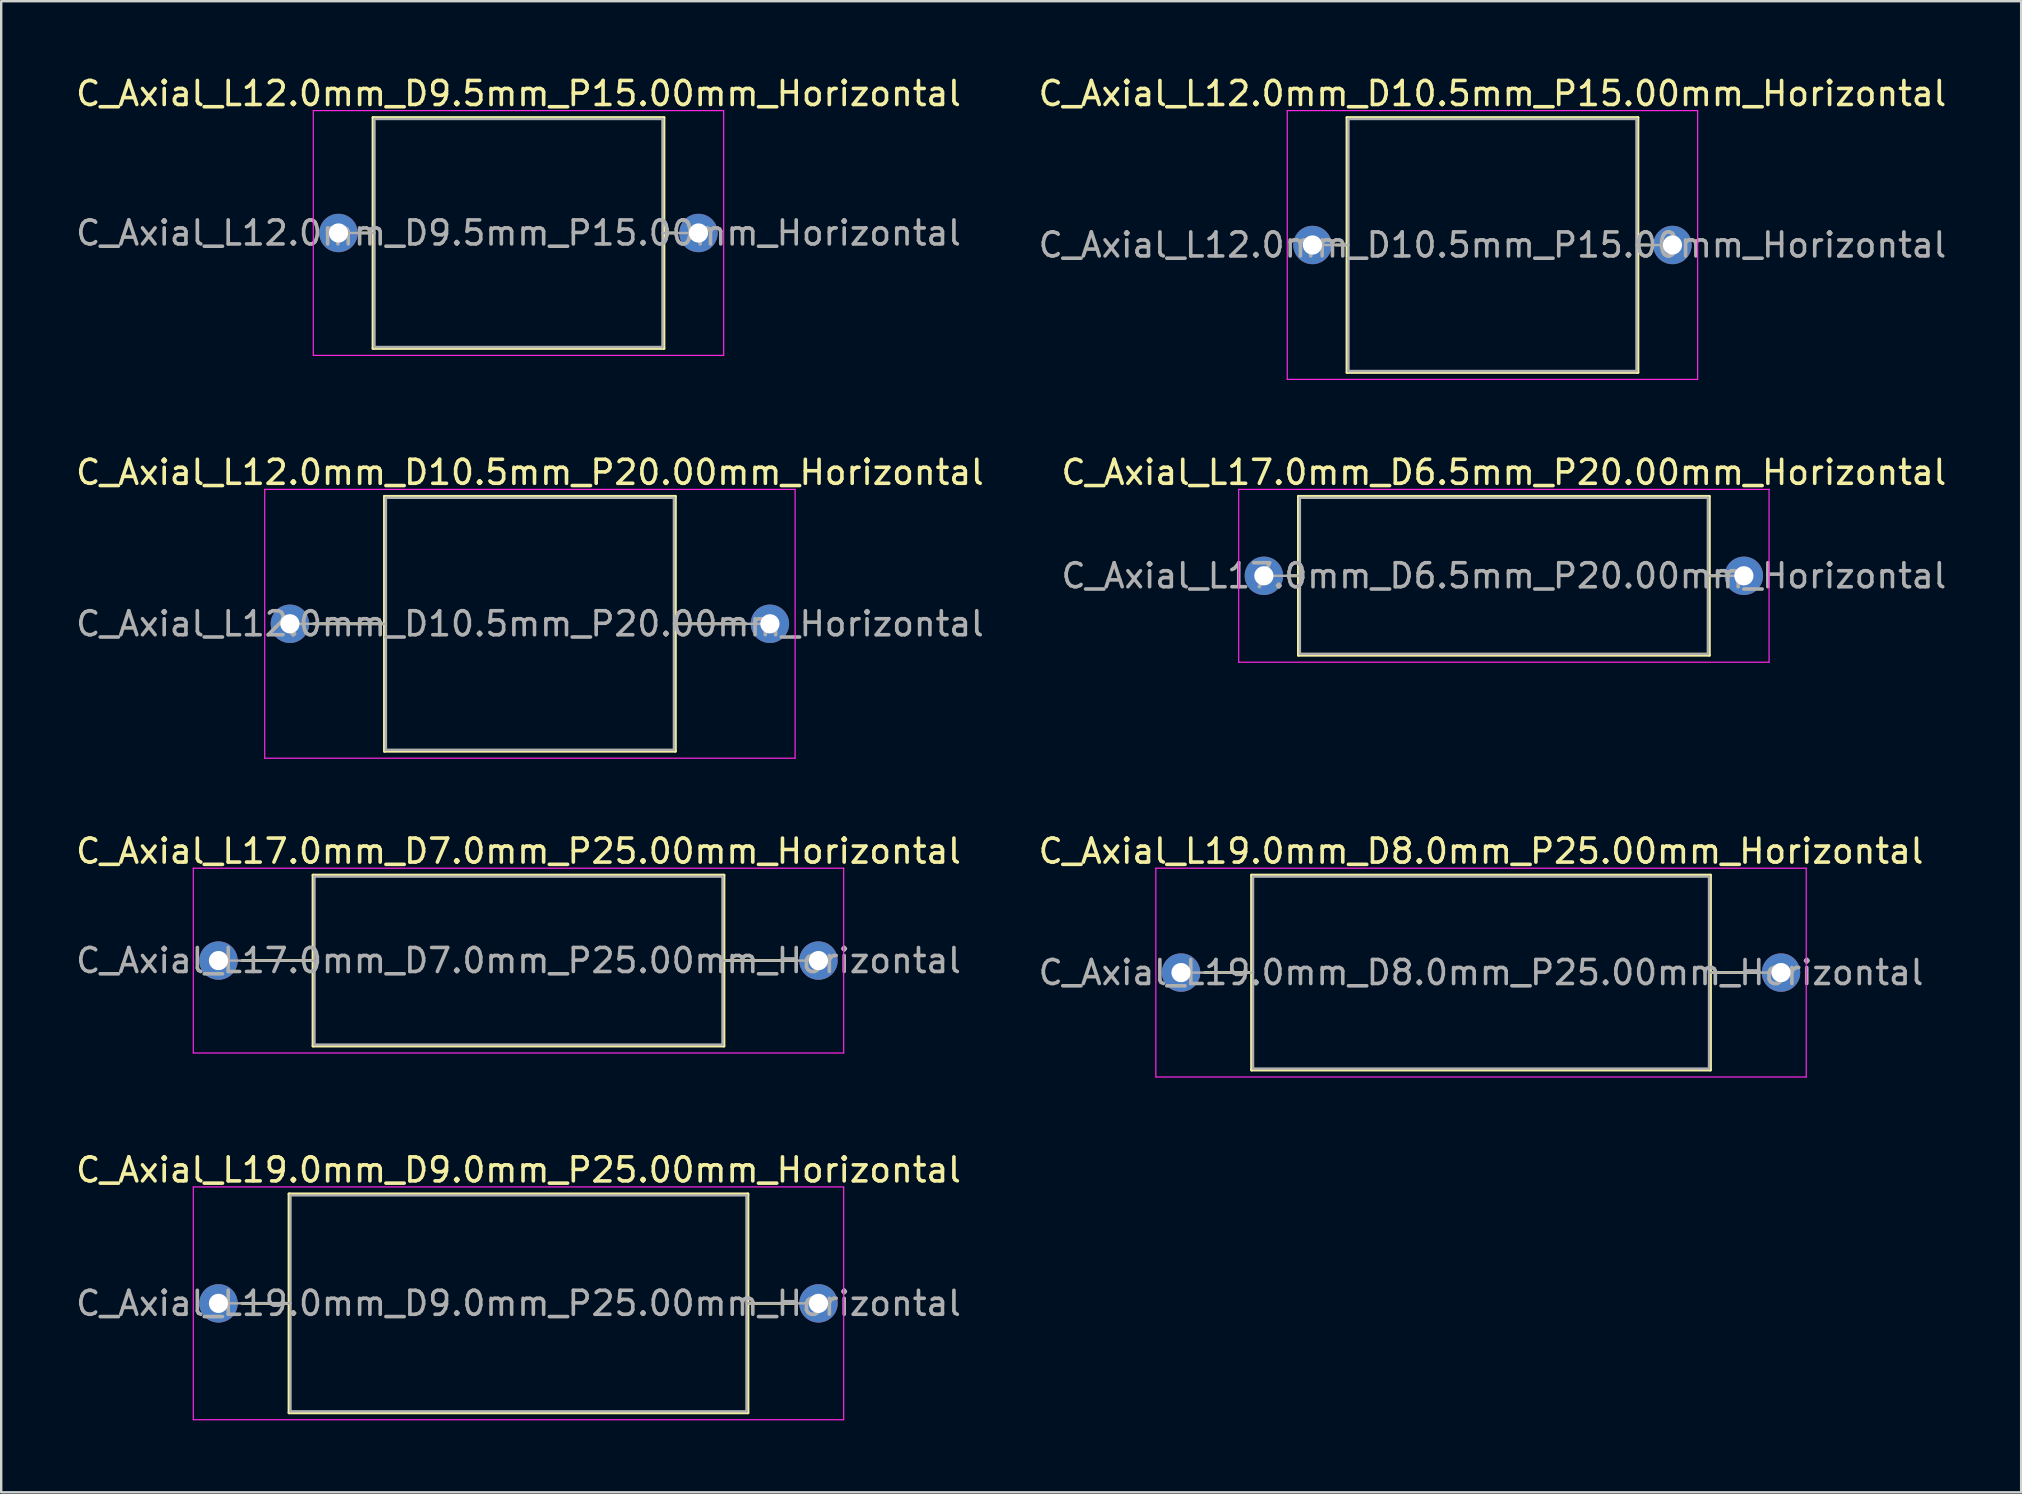
<source format=kicad_pcb>
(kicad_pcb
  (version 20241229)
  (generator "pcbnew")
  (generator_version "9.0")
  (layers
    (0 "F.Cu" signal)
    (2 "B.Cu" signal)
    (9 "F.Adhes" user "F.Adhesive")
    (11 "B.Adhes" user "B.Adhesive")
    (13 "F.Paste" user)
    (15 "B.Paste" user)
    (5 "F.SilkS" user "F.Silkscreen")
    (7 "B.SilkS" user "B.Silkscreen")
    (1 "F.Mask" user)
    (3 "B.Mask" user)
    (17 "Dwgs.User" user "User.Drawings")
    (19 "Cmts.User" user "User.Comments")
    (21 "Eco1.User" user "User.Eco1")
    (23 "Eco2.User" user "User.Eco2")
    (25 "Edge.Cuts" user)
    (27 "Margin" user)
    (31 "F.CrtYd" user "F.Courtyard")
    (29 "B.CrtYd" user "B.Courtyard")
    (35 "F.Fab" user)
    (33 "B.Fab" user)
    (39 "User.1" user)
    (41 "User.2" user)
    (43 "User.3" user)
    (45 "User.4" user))
  (footprint "C_Axial_L12.0mm_D10.5mm_P15.00mm_Horizontal"
    (layer "F.Cu")
    (at 51.637 7.158)
    (property "Reference" "C_Axial_L12.0mm_D10.5mm_P15.00mm_Horizontal" (at 7.5 -6.31 0) (layer "F.SilkS") (effects (font (size 1 1) (thickness 0.15))))
    (attr through_hole)
    (fp_line (start 0.98 0) (end 1.44 0) (stroke (width 0.12) (type solid)) (layer "F.SilkS"))
    (fp_line (start 1.44 -5.31) (end 1.44 5.31) (stroke (width 0.12) (type solid)) (layer "F.SilkS"))
    (fp_line (start 1.44 5.31) (end 13.56 5.31) (stroke (width 0.12) (type solid)) (layer "F.SilkS"))
    (fp_line (start 13.56 -5.31) (end 1.44 -5.31) (stroke (width 0.12) (type solid)) (layer "F.SilkS"))
    (fp_line (start 13.56 5.31) (end 13.56 -5.31) (stroke (width 0.12) (type solid)) (layer "F.SilkS"))
    (fp_line (start 14.02 0) (end 13.56 0) (stroke (width 0.12) (type solid)) (layer "F.SilkS"))
    (fp_line (start -1.05 -5.6) (end -1.05 5.6) (stroke (width 0.05) (type solid)) (layer "F.CrtYd"))
    (fp_line (start -1.05 5.6) (end 16.05 5.6) (stroke (width 0.05) (type solid)) (layer "F.CrtYd"))
    (fp_line (start 16.05 -5.6) (end -1.05 -5.6) (stroke (width 0.05) (type solid)) (layer "F.CrtYd"))
    (fp_line (start 16.05 5.6) (end 16.05 -5.6) (stroke (width 0.05) (type solid)) (layer "F.CrtYd"))
    (fp_line (start 0 0) (end 1.5 0) (stroke (width 0.1) (type solid)) (layer "F.Fab"))
    (fp_line (start 1.5 -5.25) (end 1.5 5.25) (stroke (width 0.1) (type solid)) (layer "F.Fab"))
    (fp_line (start 1.5 5.25) (end 13.5 5.25) (stroke (width 0.1) (type solid)) (layer "F.Fab"))
    (fp_line (start 13.5 -5.25) (end 1.5 -5.25) (stroke (width 0.1) (type solid)) (layer "F.Fab"))
    (fp_line (start 13.5 5.25) (end 13.5 -5.25) (stroke (width 0.1) (type solid)) (layer "F.Fab"))
    (fp_line (start 15 0) (end 13.5 0) (stroke (width 0.1) (type solid)) (layer "F.Fab"))
    (fp_text user "${REFERENCE}" (at 7.5 0 0) (layer "F.Fab") (effects (font (size 1 1) (thickness 0.15))))
    (pad "1" thru_hole circle (at 0 0) (size 1.6 1.6) (drill 0.8) (layers "*.Cu" "*.Mask"))
    (pad "2" thru_hole oval (at 15 0) (size 1.6 1.6) (drill 0.8) (layers "*.Cu" "*.Mask")))
  (footprint "C_Axial_L19.0mm_D9.0mm_P25.00mm_Horizontal"
    (layer "F.Cu")
    (at 6.054 51.258)
    (property "Reference" "C_Axial_L19.0mm_D9.0mm_P25.00mm_Horizontal" (at 12.5 -5.56 0) (layer "F.SilkS") (effects (font (size 1 1) (thickness 0.15))))
    (attr through_hole)
    (fp_line (start 0.98 0) (end 2.94 0) (stroke (width 0.12) (type solid)) (layer "F.SilkS"))
    (fp_line (start 2.94 -4.56) (end 2.94 4.56) (stroke (width 0.12) (type solid)) (layer "F.SilkS"))
    (fp_line (start 2.94 4.56) (end 22.06 4.56) (stroke (width 0.12) (type solid)) (layer "F.SilkS"))
    (fp_line (start 22.06 -4.56) (end 2.94 -4.56) (stroke (width 0.12) (type solid)) (layer "F.SilkS"))
    (fp_line (start 22.06 4.56) (end 22.06 -4.56) (stroke (width 0.12) (type solid)) (layer "F.SilkS"))
    (fp_line (start 24.02 0) (end 22.06 0) (stroke (width 0.12) (type solid)) (layer "F.SilkS"))
    (fp_line (start -1.05 -4.85) (end -1.05 4.85) (stroke (width 0.05) (type solid)) (layer "F.CrtYd"))
    (fp_line (start -1.05 4.85) (end 26.05 4.85) (stroke (width 0.05) (type solid)) (layer "F.CrtYd"))
    (fp_line (start 26.05 -4.85) (end -1.05 -4.85) (stroke (width 0.05) (type solid)) (layer "F.CrtYd"))
    (fp_line (start 26.05 4.85) (end 26.05 -4.85) (stroke (width 0.05) (type solid)) (layer "F.CrtYd"))
    (fp_line (start 0 0) (end 3 0) (stroke (width 0.1) (type solid)) (layer "F.Fab"))
    (fp_line (start 3 -4.5) (end 3 4.5) (stroke (width 0.1) (type solid)) (layer "F.Fab"))
    (fp_line (start 3 4.5) (end 22 4.5) (stroke (width 0.1) (type solid)) (layer "F.Fab"))
    (fp_line (start 22 -4.5) (end 3 -4.5) (stroke (width 0.1) (type solid)) (layer "F.Fab"))
    (fp_line (start 22 4.5) (end 22 -4.5) (stroke (width 0.1) (type solid)) (layer "F.Fab"))
    (fp_line (start 25 0) (end 22 0) (stroke (width 0.1) (type solid)) (layer "F.Fab"))
    (fp_text user "${REFERENCE}" (at 12.5 0 0) (layer "F.Fab") (effects (font (size 1 1) (thickness 0.15))))
    (pad "1" thru_hole circle (at 0 0) (size 1.6 1.6) (drill 0.8) (layers "*.Cu" "*.Mask"))
    (pad "2" thru_hole oval (at 25 0) (size 1.6 1.6) (drill 0.8) (layers "*.Cu" "*.Mask")))
  (footprint "C_Axial_L12.0mm_D9.5mm_P15.00mm_Horizontal"
    (layer "F.Cu")
    (at 11.054 6.658)
    (property "Reference" "C_Axial_L12.0mm_D9.5mm_P15.00mm_Horizontal" (at 7.5 -5.81 0) (layer "F.SilkS") (effects (font (size 1 1) (thickness 0.15))))
    (attr through_hole)
    (fp_line (start 0.98 0) (end 1.44 0) (stroke (width 0.12) (type solid)) (layer "F.SilkS"))
    (fp_line (start 1.44 -4.81) (end 1.44 4.81) (stroke (width 0.12) (type solid)) (layer "F.SilkS"))
    (fp_line (start 1.44 4.81) (end 13.56 4.81) (stroke (width 0.12) (type solid)) (layer "F.SilkS"))
    (fp_line (start 13.56 -4.81) (end 1.44 -4.81) (stroke (width 0.12) (type solid)) (layer "F.SilkS"))
    (fp_line (start 13.56 4.81) (end 13.56 -4.81) (stroke (width 0.12) (type solid)) (layer "F.SilkS"))
    (fp_line (start 14.02 0) (end 13.56 0) (stroke (width 0.12) (type solid)) (layer "F.SilkS"))
    (fp_line (start -1.05 -5.1) (end -1.05 5.1) (stroke (width 0.05) (type solid)) (layer "F.CrtYd"))
    (fp_line (start -1.05 5.1) (end 16.05 5.1) (stroke (width 0.05) (type solid)) (layer "F.CrtYd"))
    (fp_line (start 16.05 -5.1) (end -1.05 -5.1) (stroke (width 0.05) (type solid)) (layer "F.CrtYd"))
    (fp_line (start 16.05 5.1) (end 16.05 -5.1) (stroke (width 0.05) (type solid)) (layer "F.CrtYd"))
    (fp_line (start 0 0) (end 1.5 0) (stroke (width 0.1) (type solid)) (layer "F.Fab"))
    (fp_line (start 1.5 -4.75) (end 1.5 4.75) (stroke (width 0.1) (type solid)) (layer "F.Fab"))
    (fp_line (start 1.5 4.75) (end 13.5 4.75) (stroke (width 0.1) (type solid)) (layer "F.Fab"))
    (fp_line (start 13.5 -4.75) (end 1.5 -4.75) (stroke (width 0.1) (type solid)) (layer "F.Fab"))
    (fp_line (start 13.5 4.75) (end 13.5 -4.75) (stroke (width 0.1) (type solid)) (layer "F.Fab"))
    (fp_line (start 15 0) (end 13.5 0) (stroke (width 0.1) (type solid)) (layer "F.Fab"))
    (fp_text user "${REFERENCE}" (at 7.5 0 0) (layer "F.Fab") (effects (font (size 1 1) (thickness 0.15))))
    (pad "1" thru_hole circle (at 0 0) (size 1.6 1.6) (drill 0.8) (layers "*.Cu" "*.Mask"))
    (pad "2" thru_hole oval (at 15 0) (size 1.6 1.6) (drill 0.8) (layers "*.Cu" "*.Mask")))
  (footprint "C_Axial_L12.0mm_D10.5mm_P20.00mm_Horizontal"
    (layer "F.Cu")
    (at 9.03 22.942)
    (property "Reference" "C_Axial_L12.0mm_D10.5mm_P20.00mm_Horizontal" (at 10 -6.31 0) (layer "F.SilkS") (effects (font (size 1 1) (thickness 0.15))))
    (attr through_hole)
    (fp_line (start 0.98 0) (end 3.94 0) (stroke (width 0.12) (type solid)) (layer "F.SilkS"))
    (fp_line (start 3.94 -5.31) (end 3.94 5.31) (stroke (width 0.12) (type solid)) (layer "F.SilkS"))
    (fp_line (start 3.94 5.31) (end 16.06 5.31) (stroke (width 0.12) (type solid)) (layer "F.SilkS"))
    (fp_line (start 16.06 -5.31) (end 3.94 -5.31) (stroke (width 0.12) (type solid)) (layer "F.SilkS"))
    (fp_line (start 16.06 5.31) (end 16.06 -5.31) (stroke (width 0.12) (type solid)) (layer "F.SilkS"))
    (fp_line (start 19.02 0) (end 16.06 0) (stroke (width 0.12) (type solid)) (layer "F.SilkS"))
    (fp_line (start -1.05 -5.6) (end -1.05 5.6) (stroke (width 0.05) (type solid)) (layer "F.CrtYd"))
    (fp_line (start -1.05 5.6) (end 21.05 5.6) (stroke (width 0.05) (type solid)) (layer "F.CrtYd"))
    (fp_line (start 21.05 -5.6) (end -1.05 -5.6) (stroke (width 0.05) (type solid)) (layer "F.CrtYd"))
    (fp_line (start 21.05 5.6) (end 21.05 -5.6) (stroke (width 0.05) (type solid)) (layer "F.CrtYd"))
    (fp_line (start 0 0) (end 4 0) (stroke (width 0.1) (type solid)) (layer "F.Fab"))
    (fp_line (start 4 -5.25) (end 4 5.25) (stroke (width 0.1) (type solid)) (layer "F.Fab"))
    (fp_line (start 4 5.25) (end 16 5.25) (stroke (width 0.1) (type solid)) (layer "F.Fab"))
    (fp_line (start 16 -5.25) (end 4 -5.25) (stroke (width 0.1) (type solid)) (layer "F.Fab"))
    (fp_line (start 16 5.25) (end 16 -5.25) (stroke (width 0.1) (type solid)) (layer "F.Fab"))
    (fp_line (start 20 0) (end 16 0) (stroke (width 0.1) (type solid)) (layer "F.Fab"))
    (fp_text user "${REFERENCE}" (at 10 0 0) (layer "F.Fab") (effects (font (size 1 1) (thickness 0.15))))
    (pad "1" thru_hole circle (at 0 0) (size 1.6 1.6) (drill 0.8) (layers "*.Cu" "*.Mask"))
    (pad "2" thru_hole oval (at 20 0) (size 1.6 1.6) (drill 0.8) (layers "*.Cu" "*.Mask")))
  (footprint "C_Axial_L17.0mm_D7.0mm_P25.00mm_Horizontal"
    (layer "F.Cu")
    (at 6.054 36.975)
    (property "Reference" "C_Axial_L17.0mm_D7.0mm_P25.00mm_Horizontal" (at 12.5 -4.56 0) (layer "F.SilkS") (effects (font (size 1 1) (thickness 0.15))))
    (attr through_hole)
    (fp_line (start 0.98 0) (end 3.94 0) (stroke (width 0.12) (type solid)) (layer "F.SilkS"))
    (fp_line (start 3.94 -3.56) (end 3.94 3.56) (stroke (width 0.12) (type solid)) (layer "F.SilkS"))
    (fp_line (start 3.94 3.56) (end 21.06 3.56) (stroke (width 0.12) (type solid)) (layer "F.SilkS"))
    (fp_line (start 21.06 -3.56) (end 3.94 -3.56) (stroke (width 0.12) (type solid)) (layer "F.SilkS"))
    (fp_line (start 21.06 3.56) (end 21.06 -3.56) (stroke (width 0.12) (type solid)) (layer "F.SilkS"))
    (fp_line (start 24.02 0) (end 21.06 0) (stroke (width 0.12) (type solid)) (layer "F.SilkS"))
    (fp_line (start -1.05 -3.85) (end -1.05 3.85) (stroke (width 0.05) (type solid)) (layer "F.CrtYd"))
    (fp_line (start -1.05 3.85) (end 26.05 3.85) (stroke (width 0.05) (type solid)) (layer "F.CrtYd"))
    (fp_line (start 26.05 -3.85) (end -1.05 -3.85) (stroke (width 0.05) (type solid)) (layer "F.CrtYd"))
    (fp_line (start 26.05 3.85) (end 26.05 -3.85) (stroke (width 0.05) (type solid)) (layer "F.CrtYd"))
    (fp_line (start 0 0) (end 4 0) (stroke (width 0.1) (type solid)) (layer "F.Fab"))
    (fp_line (start 4 -3.5) (end 4 3.5) (stroke (width 0.1) (type solid)) (layer "F.Fab"))
    (fp_line (start 4 3.5) (end 21 3.5) (stroke (width 0.1) (type solid)) (layer "F.Fab"))
    (fp_line (start 21 -3.5) (end 4 -3.5) (stroke (width 0.1) (type solid)) (layer "F.Fab"))
    (fp_line (start 21 3.5) (end 21 -3.5) (stroke (width 0.1) (type solid)) (layer "F.Fab"))
    (fp_line (start 25 0) (end 21 0) (stroke (width 0.1) (type solid)) (layer "F.Fab"))
    (fp_text user "${REFERENCE}" (at 12.5 0 0) (layer "F.Fab") (effects (font (size 1 1) (thickness 0.15))))
    (pad "1" thru_hole circle (at 0 0) (size 1.6 1.6) (drill 0.8) (layers "*.Cu" "*.Mask"))
    (pad "2" thru_hole oval (at 25 0) (size 1.6 1.6) (drill 0.8) (layers "*.Cu" "*.Mask")))
  (footprint "C_Axial_L19.0mm_D8.0mm_P25.00mm_Horizontal"
    (layer "F.Cu")
    (at 46.161 37.475)
    (property "Reference" "C_Axial_L19.0mm_D8.0mm_P25.00mm_Horizontal" (at 12.5 -5.06 0) (layer "F.SilkS") (effects (font (size 1 1) (thickness 0.15))))
    (attr through_hole)
    (fp_line (start 0.98 0) (end 2.94 0) (stroke (width 0.12) (type solid)) (layer "F.SilkS"))
    (fp_line (start 2.94 -4.06) (end 2.94 4.06) (stroke (width 0.12) (type solid)) (layer "F.SilkS"))
    (fp_line (start 2.94 4.06) (end 22.06 4.06) (stroke (width 0.12) (type solid)) (layer "F.SilkS"))
    (fp_line (start 22.06 -4.06) (end 2.94 -4.06) (stroke (width 0.12) (type solid)) (layer "F.SilkS"))
    (fp_line (start 22.06 4.06) (end 22.06 -4.06) (stroke (width 0.12) (type solid)) (layer "F.SilkS"))
    (fp_line (start 24.02 0) (end 22.06 0) (stroke (width 0.12) (type solid)) (layer "F.SilkS"))
    (fp_line (start -1.05 -4.35) (end -1.05 4.35) (stroke (width 0.05) (type solid)) (layer "F.CrtYd"))
    (fp_line (start -1.05 4.35) (end 26.05 4.35) (stroke (width 0.05) (type solid)) (layer "F.CrtYd"))
    (fp_line (start 26.05 -4.35) (end -1.05 -4.35) (stroke (width 0.05) (type solid)) (layer "F.CrtYd"))
    (fp_line (start 26.05 4.35) (end 26.05 -4.35) (stroke (width 0.05) (type solid)) (layer "F.CrtYd"))
    (fp_line (start 0 0) (end 3 0) (stroke (width 0.1) (type solid)) (layer "F.Fab"))
    (fp_line (start 3 -4) (end 3 4) (stroke (width 0.1) (type solid)) (layer "F.Fab"))
    (fp_line (start 3 4) (end 22 4) (stroke (width 0.1) (type solid)) (layer "F.Fab"))
    (fp_line (start 22 -4) (end 3 -4) (stroke (width 0.1) (type solid)) (layer "F.Fab"))
    (fp_line (start 22 4) (end 22 -4) (stroke (width 0.1) (type solid)) (layer "F.Fab"))
    (fp_line (start 25 0) (end 22 0) (stroke (width 0.1) (type solid)) (layer "F.Fab"))
    (fp_text user "${REFERENCE}" (at 12.5 0 0) (layer "F.Fab") (effects (font (size 1 1) (thickness 0.15))))
    (pad "1" thru_hole circle (at 0 0) (size 1.6 1.6) (drill 0.8) (layers "*.Cu" "*.Mask"))
    (pad "2" thru_hole oval (at 25 0) (size 1.6 1.6) (drill 0.8) (layers "*.Cu" "*.Mask")))
  (footprint "C_Axial_L17.0mm_D6.5mm_P20.00mm_Horizontal"
    (layer "F.Cu")
    (at 49.613 20.942)
    (property "Reference" "C_Axial_L17.0mm_D6.5mm_P20.00mm_Horizontal" (at 10 -4.31 0) (layer "F.SilkS") (effects (font (size 1 1) (thickness 0.15))))
    (attr through_hole)
    (fp_line (start 0.98 0) (end 1.44 0) (stroke (width 0.12) (type solid)) (layer "F.SilkS"))
    (fp_line (start 1.44 -3.31) (end 1.44 3.31) (stroke (width 0.12) (type solid)) (layer "F.SilkS"))
    (fp_line (start 1.44 3.31) (end 18.56 3.31) (stroke (width 0.12) (type solid)) (layer "F.SilkS"))
    (fp_line (start 18.56 -3.31) (end 1.44 -3.31) (stroke (width 0.12) (type solid)) (layer "F.SilkS"))
    (fp_line (start 18.56 3.31) (end 18.56 -3.31) (stroke (width 0.12) (type solid)) (layer "F.SilkS"))
    (fp_line (start 19.02 0) (end 18.56 0) (stroke (width 0.12) (type solid)) (layer "F.SilkS"))
    (fp_line (start -1.05 -3.6) (end -1.05 3.6) (stroke (width 0.05) (type solid)) (layer "F.CrtYd"))
    (fp_line (start -1.05 3.6) (end 21.05 3.6) (stroke (width 0.05) (type solid)) (layer "F.CrtYd"))
    (fp_line (start 21.05 -3.6) (end -1.05 -3.6) (stroke (width 0.05) (type solid)) (layer "F.CrtYd"))
    (fp_line (start 21.05 3.6) (end 21.05 -3.6) (stroke (width 0.05) (type solid)) (layer "F.CrtYd"))
    (fp_line (start 0 0) (end 1.5 0) (stroke (width 0.1) (type solid)) (layer "F.Fab"))
    (fp_line (start 1.5 -3.25) (end 1.5 3.25) (stroke (width 0.1) (type solid)) (layer "F.Fab"))
    (fp_line (start 1.5 3.25) (end 18.5 3.25) (stroke (width 0.1) (type solid)) (layer "F.Fab"))
    (fp_line (start 18.5 -3.25) (end 1.5 -3.25) (stroke (width 0.1) (type solid)) (layer "F.Fab"))
    (fp_line (start 18.5 3.25) (end 18.5 -3.25) (stroke (width 0.1) (type solid)) (layer "F.Fab"))
    (fp_line (start 20 0) (end 18.5 0) (stroke (width 0.1) (type solid)) (layer "F.Fab"))
    (fp_text user "${REFERENCE}" (at 10 0 0) (layer "F.Fab") (effects (font (size 1 1) (thickness 0.15))))
    (pad "1" thru_hole circle (at 0 0) (size 1.6 1.6) (drill 0.8) (layers "*.Cu" "*.Mask"))
    (pad "2" thru_hole oval (at 20 0) (size 1.6 1.6) (drill 0.8) (layers "*.Cu" "*.Mask")))
  (gr_rect
    (start -3 -3)
    (end 81.167 59.133)
    (stroke (width 0.1) (type default))
    (fill no)
    (layer "Edge.Cuts")))
</source>
